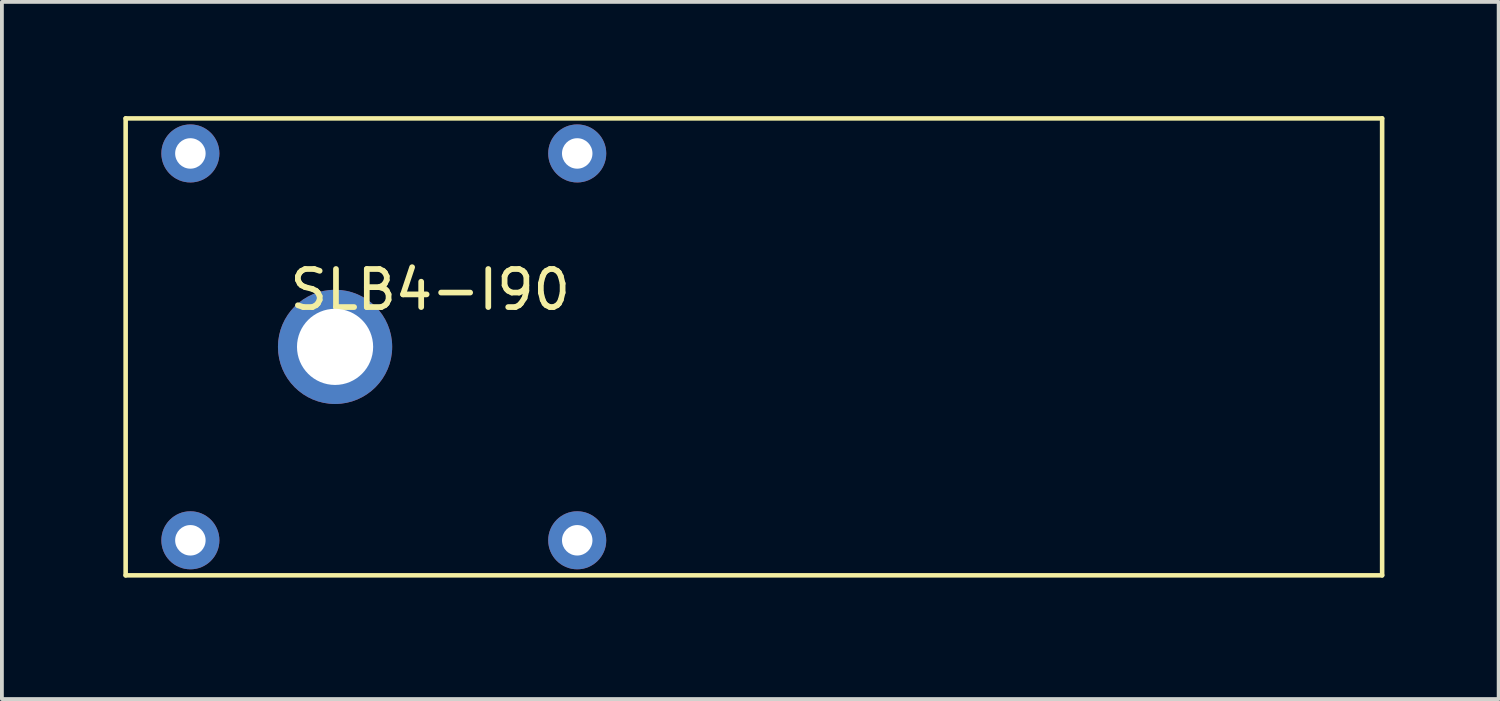
<source format=kicad_pcb>
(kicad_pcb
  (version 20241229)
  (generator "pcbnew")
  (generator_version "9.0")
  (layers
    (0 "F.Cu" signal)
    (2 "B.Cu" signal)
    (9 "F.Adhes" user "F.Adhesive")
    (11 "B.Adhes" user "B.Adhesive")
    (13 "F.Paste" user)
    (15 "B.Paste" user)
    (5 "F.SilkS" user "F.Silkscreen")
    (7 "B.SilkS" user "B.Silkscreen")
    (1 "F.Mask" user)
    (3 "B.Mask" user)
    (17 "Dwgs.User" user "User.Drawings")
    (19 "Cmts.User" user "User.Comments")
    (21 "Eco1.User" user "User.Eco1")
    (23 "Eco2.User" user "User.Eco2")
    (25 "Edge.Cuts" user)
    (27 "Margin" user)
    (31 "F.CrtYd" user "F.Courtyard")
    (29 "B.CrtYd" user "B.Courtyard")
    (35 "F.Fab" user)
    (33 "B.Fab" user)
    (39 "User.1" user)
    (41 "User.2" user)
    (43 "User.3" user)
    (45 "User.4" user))
  (footprint "SLB4-I90"
    (layer "F.Cu")
    (at 0.25 12.06)
    (property "Reference" "SLB4-I90" (at 8 -7.5 0) (layer "F.SilkS") (effects (font (size 1 1) (thickness 0.15))))
    (attr through_hole)
    (fp_line (start 0 -12) (end 33 -12) (stroke (width 0.12) (type solid)) (layer "F.SilkS"))
    (fp_line (start 0 0) (end 0 -12) (stroke (width 0.12) (type solid)) (layer "F.SilkS"))
    (fp_line (start 0 0) (end 33 0) (stroke (width 0.12) (type solid)) (layer "F.SilkS"))
    (fp_line (start 33 0) (end 33 -12) (stroke (width 0.12) (type solid)) (layer "F.SilkS"))
    (pad "" np_thru_hole circle (at 1.7 -11.08) (size 1.524 1.524) (drill 0.8) (layers "*.Cu" "*.Mask"))
    (pad "" np_thru_hole circle (at 1.7 -0.92) (size 1.524 1.524) (drill 0.8) (layers "*.Cu" "*.Mask"))
    (pad "" np_thru_hole circle (at 11.86 -11.08) (size 1.524 1.524) (drill 0.8) (layers "*.Cu" "*.Mask"))
    (pad "" np_thru_hole circle (at 11.86 -0.92) (size 1.524 1.524) (drill 0.8) (layers "*.Cu" "*.Mask"))
    (pad "1" thru_hole circle (at 5.5 -6) (size 3 3) (drill 2) (layers "*.Cu" "*.Mask")))
  (gr_rect
    (start -3 -3)
    (end 36.31 15.31)
    (stroke (width 0.1) (type default))
    (fill no)
    (layer "Edge.Cuts")))
</source>
